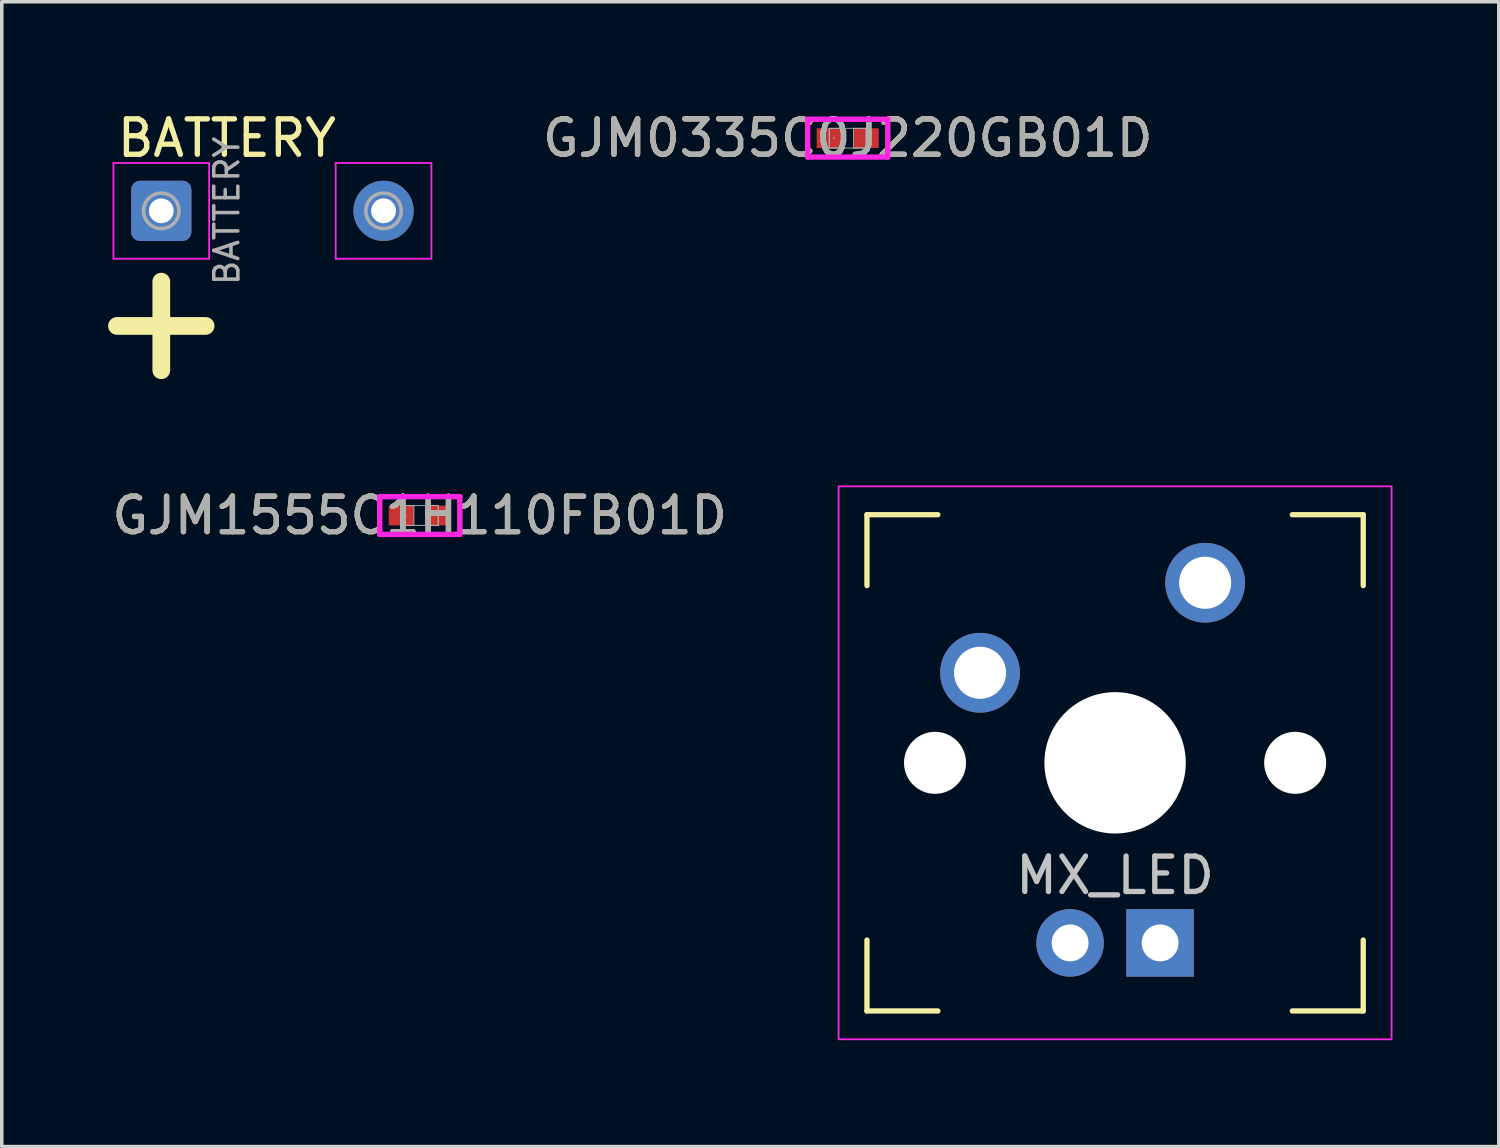
<source format=kicad_pcb>
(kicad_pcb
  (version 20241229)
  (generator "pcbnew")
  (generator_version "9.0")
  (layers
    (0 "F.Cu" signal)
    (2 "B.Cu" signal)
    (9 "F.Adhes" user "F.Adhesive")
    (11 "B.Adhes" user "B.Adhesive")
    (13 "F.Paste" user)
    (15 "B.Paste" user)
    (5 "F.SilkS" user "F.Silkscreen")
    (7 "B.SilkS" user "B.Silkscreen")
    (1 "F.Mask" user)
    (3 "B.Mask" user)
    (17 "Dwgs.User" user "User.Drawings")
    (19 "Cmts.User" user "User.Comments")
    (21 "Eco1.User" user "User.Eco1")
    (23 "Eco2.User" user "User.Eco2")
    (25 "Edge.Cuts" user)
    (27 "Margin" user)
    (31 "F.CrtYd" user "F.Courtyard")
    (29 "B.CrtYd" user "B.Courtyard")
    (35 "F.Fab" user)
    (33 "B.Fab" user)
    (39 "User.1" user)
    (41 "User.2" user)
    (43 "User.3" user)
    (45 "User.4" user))
  (footprint "MX_LED"
    (layer "F.Cu")
    (at 28.408 18.47)
    (property "Reference" "MX_LED" (at 0 3.175 0) (layer "Dwgs.User") (effects (font (size 1 1) (thickness 0.15))))
    (attr through_hole)
    (fp_line (start -7 -7) (end -7 -5) (stroke (width 0.15) (type solid)) (layer "F.SilkS"))
    (fp_line (start -7 5) (end -7 7) (stroke (width 0.15) (type solid)) (layer "F.SilkS"))
    (fp_line (start -7 7) (end -5 7) (stroke (width 0.15) (type solid)) (layer "F.SilkS"))
    (fp_line (start -5 -7) (end -7 -7) (stroke (width 0.15) (type solid)) (layer "F.SilkS"))
    (fp_line (start 5 -7) (end 7 -7) (stroke (width 0.15) (type solid)) (layer "F.SilkS"))
    (fp_line (start 5 7) (end 7 7) (stroke (width 0.15) (type solid)) (layer "F.SilkS"))
    (fp_line (start 7 -7) (end 7 -5) (stroke (width 0.15) (type solid)) (layer "F.SilkS"))
    (fp_line (start 7 7) (end 7 5) (stroke (width 0.15) (type solid)) (layer "F.SilkS"))
    (fp_rect (start -7.8 -7.8) (end 7.8 7.8) (stroke (width 0.05) (type default)) (fill no) (layer "F.CrtYd"))
    (pad "" np_thru_hole circle (at -5.08 0 48.1) (size 1.75 1.75) (drill 1.75) (layers "*.Cu" "*.Mask"))
    (pad "" np_thru_hole circle (at 0 0) (size 3.988 3.988) (drill 3.988) (layers "*.Cu" "*.Mask"))
    (pad "" np_thru_hole circle (at 5.08 0 48.1) (size 1.75 1.75) (drill 1.75) (layers "*.Cu" "*.Mask"))
    (pad "1" thru_hole circle (at -3.81 -2.54) (size 2.25 2.25) (drill 1.47) (layers "*.Cu" "*.Mask"))
    (pad "2" thru_hole circle (at 2.54 -5.08) (size 2.25 2.25) (drill 1.47) (layers "*.Cu" "*.Mask"))
    (pad "3" thru_hole circle (at -1.27 5.08) (size 1.905 1.905) (drill 1.04) (layers "*.Cu" "*.Mask"))
    (pad "4" thru_hole rect (at 1.27 5.08) (size 1.905 1.905) (drill 1.04) (layers "*.Cu" "*.Mask")))
  (footprint "GJM0335C0J220GB01D"
    (layer "F.Cu")
    (at 20.865 0.848)
    (property "Reference" "GJM0335C0J220GB01D" (at 0 0 0) (unlocked yes) (layer "F.SilkS") (effects (font (size 1 1) (thickness 0.15))))
    (attr smd)
    (fp_line (start -1.13 -0.533) (end 1.13 -0.533) (stroke (width 0.152) (type solid)) (layer "F.CrtYd"))
    (fp_line (start -1.13 0.533) (end -1.13 -0.533) (stroke (width 0.152) (type solid)) (layer "F.CrtYd"))
    (fp_line (start 1.13 -0.533) (end 1.13 0.533) (stroke (width 0.152) (type solid)) (layer "F.CrtYd"))
    (fp_line (start 1.13 0.533) (end -1.13 0.533) (stroke (width 0.152) (type solid)) (layer "F.CrtYd"))
    (fp_line (start -0.521 -0.279) (end -0.521 0.279) (stroke (width 0.025) (type solid)) (layer "F.Fab"))
    (fp_line (start -0.521 -0.279) (end -0.521 0.279) (stroke (width 0.025) (type solid)) (layer "F.Fab"))
    (fp_line (start -0.521 0.279) (end -0.165 0.279) (stroke (width 0.025) (type solid)) (layer "F.Fab"))
    (fp_line (start -0.521 0.279) (end 0.521 0.279) (stroke (width 0.025) (type solid)) (layer "F.Fab"))
    (fp_line (start -0.165 -0.279) (end -0.521 -0.279) (stroke (width 0.025) (type solid)) (layer "F.Fab"))
    (fp_line (start -0.165 0.279) (end -0.165 -0.279) (stroke (width 0.025) (type solid)) (layer "F.Fab"))
    (fp_line (start 0.165 -0.279) (end 0.165 0.279) (stroke (width 0.025) (type solid)) (layer "F.Fab"))
    (fp_line (start 0.165 0.279) (end 0.521 0.279) (stroke (width 0.025) (type solid)) (layer "F.Fab"))
    (fp_line (start 0.521 -0.279) (end -0.521 -0.279) (stroke (width 0.025) (type solid)) (layer "F.Fab"))
    (fp_line (start 0.521 -0.279) (end 0.165 -0.279) (stroke (width 0.025) (type solid)) (layer "F.Fab"))
    (fp_line (start 0.521 0.279) (end 0.521 -0.279) (stroke (width 0.025) (type solid)) (layer "F.Fab"))
    (fp_line (start 0.521 0.279) (end 0.521 -0.279) (stroke (width 0.025) (type solid)) (layer "F.Fab"))
    (fp_circle (center -0.394 0) (end -0.394 0) (stroke (width 0.025) (type solid)) (fill no) (layer "F.Fab"))
    (fp_text user "${REFERENCE}" (at 0 0 0) (unlocked yes) (layer "F.Fab") (effects (font (size 1 1) (thickness 0.15))))
    (pad "1" smd rect (at -0.521 0) (size 0.711 0.559) (layers "F.Cu" "F.Mask" "F.Paste"))
    (pad "2" smd rect (at 0.521 0) (size 0.711 0.559) (layers "F.Cu" "F.Mask" "F.Paste"))
    (zone (net_name "") (layer "F.Cu") (hatch full 0.508) (connect_pads) (min_thickness 0.254) (filled_areas_thickness no) (keepout (tracks not_allowed) (vias not_allowed) (pads allowed) (copperpour not_allowed) (footprints allowed)) (placement (enabled no)) (fill) (polygon (pts (xy 20.751 0.62) (xy 20.98 0.62) (xy 20.98 1.077) (xy 20.751 1.077)))))
  (footprint "BATTERY"
    (layer "F.Cu")
    (at 1.5 2.898)
    (property "Reference" "BATTERY" (at 1.85 -2.05 0) (layer "F.SilkS") (effects (font (size 1 1) (thickness 0.15))))
    (attr exclude_from_pos_files exclude_from_bom)
    (fp_line (start 0 1.997) (end 0 4.497) (stroke (width 0.5) (type default)) (layer "F.SilkS"))
    (fp_line (start 1.25 3.247) (end -1.25 3.247) (stroke (width 0.5) (type default)) (layer "F.SilkS"))
    (fp_line (start -1.35 -1.35) (end -1.35 1.35) (stroke (width 0.05) (type solid)) (layer "F.CrtYd"))
    (fp_line (start -1.35 1.35) (end 1.35 1.35) (stroke (width 0.05) (type solid)) (layer "F.CrtYd"))
    (fp_line (start 1.35 -1.35) (end -1.35 -1.35) (stroke (width 0.05) (type solid)) (layer "F.CrtYd"))
    (fp_line (start 1.35 1.35) (end 1.35 -1.35) (stroke (width 0.05) (type solid)) (layer "F.CrtYd"))
    (fp_line (start 4.92 -1.35) (end 4.92 1.35) (stroke (width 0.05) (type solid)) (layer "F.CrtYd"))
    (fp_line (start 4.92 1.35) (end 7.62 1.35) (stroke (width 0.05) (type solid)) (layer "F.CrtYd"))
    (fp_line (start 7.62 -1.35) (end 4.92 -1.35) (stroke (width 0.05) (type solid)) (layer "F.CrtYd"))
    (fp_line (start 7.62 1.35) (end 7.62 -1.35) (stroke (width 0.05) (type solid)) (layer "F.CrtYd"))
    (fp_circle (center 0 0) (end 0.5 0) (stroke (width 0.1) (type solid)) (fill no) (layer "F.Fab"))
    (fp_circle (center 6.27 0) (end 6.77 0) (stroke (width 0.1) (type solid)) (fill no) (layer "F.Fab"))
    (fp_text user "${REFERENCE}" (at 1.85 0 90) (layer "F.Fab") (effects (font (size 0.68 0.68) (thickness 0.1))))
    (pad "1" thru_hole roundrect (at 0 0) (size 1.7 1.7) (drill 0.7) (layers "*.Cu" "*.Mask") (roundrect_rratio 0.147))
    (pad "2" thru_hole circle (at 6.27 0) (size 1.7 1.7) (drill 0.7) (layers "*.Cu" "*.Mask")))
  (footprint "GJM1555C1H110FB01D"
    (layer "F.Cu")
    (at 8.792 11.493)
    (property "Reference" "GJM1555C1H110FB01D" (at 0 0 0) (unlocked yes) (layer "F.SilkS") (effects (font (size 1 1) (thickness 0.15))))
    (attr smd)
    (fp_line (start -1.13 -0.533) (end 1.13 -0.533) (stroke (width 0.152) (type solid)) (layer "F.CrtYd"))
    (fp_line (start -1.13 0.533) (end -1.13 -0.533) (stroke (width 0.152) (type solid)) (layer "F.CrtYd"))
    (fp_line (start 1.13 -0.533) (end 1.13 0.533) (stroke (width 0.152) (type solid)) (layer "F.CrtYd"))
    (fp_line (start 1.13 0.533) (end -1.13 0.533) (stroke (width 0.152) (type solid)) (layer "F.CrtYd"))
    (fp_line (start -0.521 -0.279) (end -0.521 0.279) (stroke (width 0.025) (type solid)) (layer "F.Fab"))
    (fp_line (start -0.521 -0.279) (end -0.521 0.279) (stroke (width 0.025) (type solid)) (layer "F.Fab"))
    (fp_line (start -0.521 0.279) (end -0.165 0.279) (stroke (width 0.025) (type solid)) (layer "F.Fab"))
    (fp_line (start -0.521 0.279) (end 0.521 0.279) (stroke (width 0.025) (type solid)) (layer "F.Fab"))
    (fp_line (start -0.165 -0.279) (end -0.521 -0.279) (stroke (width 0.025) (type solid)) (layer "F.Fab"))
    (fp_line (start -0.165 0.279) (end -0.165 -0.279) (stroke (width 0.025) (type solid)) (layer "F.Fab"))
    (fp_line (start 0.165 -0.279) (end 0.165 0.279) (stroke (width 0.025) (type solid)) (layer "F.Fab"))
    (fp_line (start 0.165 0.279) (end 0.521 0.279) (stroke (width 0.025) (type solid)) (layer "F.Fab"))
    (fp_line (start 0.521 -0.279) (end -0.521 -0.279) (stroke (width 0.025) (type solid)) (layer "F.Fab"))
    (fp_line (start 0.521 -0.279) (end 0.165 -0.279) (stroke (width 0.025) (type solid)) (layer "F.Fab"))
    (fp_line (start 0.521 0.279) (end 0.521 -0.279) (stroke (width 0.025) (type solid)) (layer "F.Fab"))
    (fp_line (start 0.521 0.279) (end 0.521 -0.279) (stroke (width 0.025) (type solid)) (layer "F.Fab"))
    (fp_circle (center -0.394 0) (end -0.394 0) (stroke (width 0.025) (type solid)) (fill no) (layer "F.Fab"))
    (fp_text user "${REFERENCE}" (at 0 0 0) (unlocked yes) (layer "F.Fab") (effects (font (size 1 1) (thickness 0.15))))
    (pad "1" smd rect (at -0.521 0) (size 0.711 0.559) (layers "F.Cu" "F.Mask" "F.Paste"))
    (pad "2" smd rect (at 0.521 0) (size 0.711 0.559) (layers "F.Cu" "F.Mask" "F.Paste"))
    (zone (net_name "") (layer "F.Cu") (hatch full 0.508) (connect_pads) (min_thickness 0.254) (filled_areas_thickness no) (keepout (tracks not_allowed) (vias not_allowed) (pads allowed) (copperpour not_allowed) (footprints allowed)) (placement (enabled no)) (fill) (polygon (pts (xy 8.677 11.265) (xy 8.906 11.265) (xy 8.906 11.722) (xy 8.677 11.722)))))
  (gr_rect
    (start -3 -3)
    (end 39.233 29.295)
    (stroke (width 0.1) (type default))
    (fill no)
    (layer "Edge.Cuts")))
</source>
